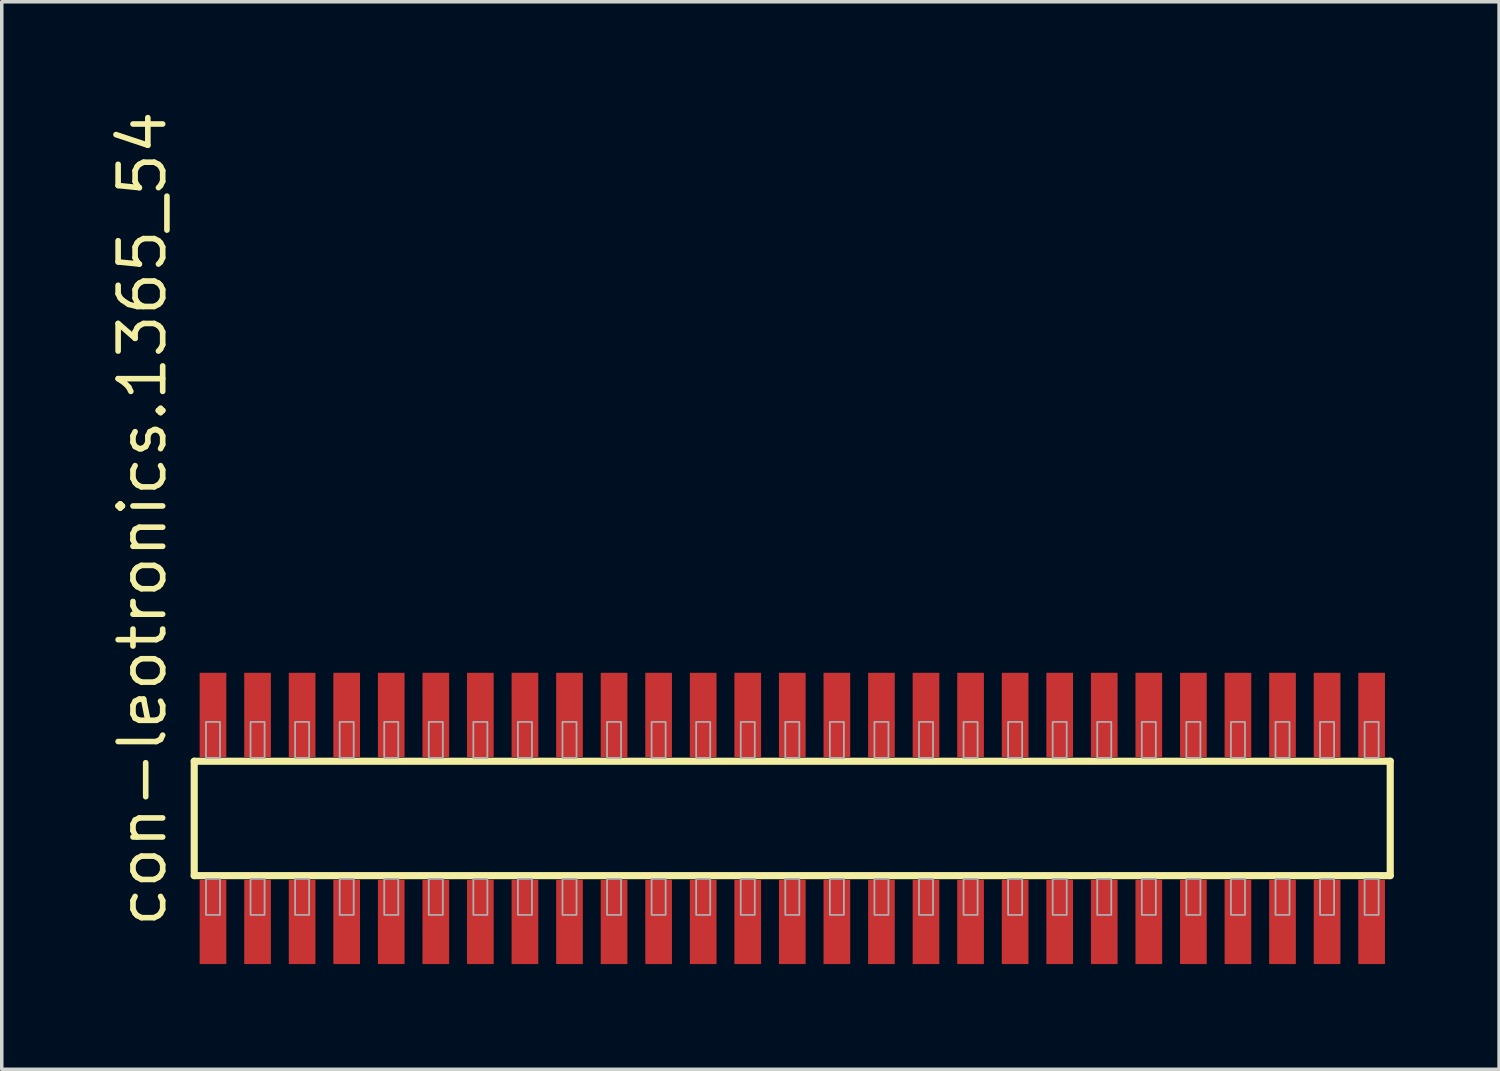
<source format=kicad_pcb>
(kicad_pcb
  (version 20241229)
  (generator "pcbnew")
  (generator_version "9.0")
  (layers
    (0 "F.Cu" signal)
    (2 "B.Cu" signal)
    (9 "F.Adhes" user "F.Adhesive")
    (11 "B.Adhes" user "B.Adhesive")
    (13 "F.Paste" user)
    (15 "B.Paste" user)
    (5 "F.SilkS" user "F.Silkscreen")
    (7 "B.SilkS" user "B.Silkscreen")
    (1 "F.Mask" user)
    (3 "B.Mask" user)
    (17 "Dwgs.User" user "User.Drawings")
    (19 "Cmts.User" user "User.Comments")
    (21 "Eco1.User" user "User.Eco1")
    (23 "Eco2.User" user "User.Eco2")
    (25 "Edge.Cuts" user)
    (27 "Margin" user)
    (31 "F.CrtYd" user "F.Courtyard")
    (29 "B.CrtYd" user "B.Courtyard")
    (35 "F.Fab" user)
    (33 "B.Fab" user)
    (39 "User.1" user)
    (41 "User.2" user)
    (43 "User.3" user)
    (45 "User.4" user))
  (footprint "con-leotronics.1365_54"
    (layer "F.Cu")
    (at 19.53 20.274)
    (property "Reference" "con-leotronics.1365_54" (at -17.78 3.175 90) (layer "F.SilkS") (effects (font (size 1.27 1.27) (thickness 0.16)) (justify left bottom)))
    (attr smd)
    (fp_line (start -17.045 -1.63) (end 17.04 -1.63) (stroke (width 0.203) (type default)) (layer "F.SilkS"))
    (fp_line (start -17.045 1.63) (end -17.045 -1.63) (stroke (width 0.203) (type default)) (layer "F.SilkS"))
    (fp_line (start 17.04 -1.63) (end 17.04 1.63) (stroke (width 0.203) (type default)) (layer "F.SilkS"))
    (fp_line (start 17.04 1.63) (end -17.045 1.63) (stroke (width 0.203) (type default)) (layer "F.SilkS"))
    (fp_rect (start -16.71 -1.725) (end -16.31 -2.75) (stroke (width 0.05) (type default)) (fill no) (layer "F.Fab"))
    (fp_rect (start -16.71 2.75) (end -16.31 1.725) (stroke (width 0.05) (type default)) (fill no) (layer "F.Fab"))
    (fp_rect (start -15.44 -1.725) (end -15.04 -2.75) (stroke (width 0.05) (type default)) (fill no) (layer "F.Fab"))
    (fp_rect (start -15.44 2.75) (end -15.04 1.725) (stroke (width 0.05) (type default)) (fill no) (layer "F.Fab"))
    (fp_rect (start -14.17 -1.725) (end -13.77 -2.75) (stroke (width 0.05) (type default)) (fill no) (layer "F.Fab"))
    (fp_rect (start -14.17 2.75) (end -13.77 1.725) (stroke (width 0.05) (type default)) (fill no) (layer "F.Fab"))
    (fp_rect (start -12.9 -1.725) (end -12.5 -2.75) (stroke (width 0.05) (type default)) (fill no) (layer "F.Fab"))
    (fp_rect (start -12.9 2.75) (end -12.5 1.725) (stroke (width 0.05) (type default)) (fill no) (layer "F.Fab"))
    (fp_rect (start -11.63 -1.725) (end -11.23 -2.75) (stroke (width 0.05) (type default)) (fill no) (layer "F.Fab"))
    (fp_rect (start -11.63 2.75) (end -11.23 1.725) (stroke (width 0.05) (type default)) (fill no) (layer "F.Fab"))
    (fp_rect (start -10.36 -1.725) (end -9.96 -2.75) (stroke (width 0.05) (type default)) (fill no) (layer "F.Fab"))
    (fp_rect (start -10.36 2.75) (end -9.96 1.725) (stroke (width 0.05) (type default)) (fill no) (layer "F.Fab"))
    (fp_rect (start -9.09 -1.725) (end -8.69 -2.75) (stroke (width 0.05) (type default)) (fill no) (layer "F.Fab"))
    (fp_rect (start -9.09 2.75) (end -8.69 1.725) (stroke (width 0.05) (type default)) (fill no) (layer "F.Fab"))
    (fp_rect (start -7.82 -1.725) (end -7.42 -2.75) (stroke (width 0.05) (type default)) (fill no) (layer "F.Fab"))
    (fp_rect (start -7.82 2.75) (end -7.42 1.725) (stroke (width 0.05) (type default)) (fill no) (layer "F.Fab"))
    (fp_rect (start -6.55 -1.725) (end -6.15 -2.75) (stroke (width 0.05) (type default)) (fill no) (layer "F.Fab"))
    (fp_rect (start -6.55 2.75) (end -6.15 1.725) (stroke (width 0.05) (type default)) (fill no) (layer "F.Fab"))
    (fp_rect (start -5.28 -1.725) (end -4.88 -2.75) (stroke (width 0.05) (type default)) (fill no) (layer "F.Fab"))
    (fp_rect (start -5.28 2.75) (end -4.88 1.725) (stroke (width 0.05) (type default)) (fill no) (layer "F.Fab"))
    (fp_rect (start -4.01 -1.725) (end -3.61 -2.75) (stroke (width 0.05) (type default)) (fill no) (layer "F.Fab"))
    (fp_rect (start -4.01 2.75) (end -3.61 1.725) (stroke (width 0.05) (type default)) (fill no) (layer "F.Fab"))
    (fp_rect (start -2.74 -1.725) (end -2.34 -2.75) (stroke (width 0.05) (type default)) (fill no) (layer "F.Fab"))
    (fp_rect (start -2.74 2.75) (end -2.34 1.725) (stroke (width 0.05) (type default)) (fill no) (layer "F.Fab"))
    (fp_rect (start -1.47 -1.725) (end -1.07 -2.75) (stroke (width 0.05) (type default)) (fill no) (layer "F.Fab"))
    (fp_rect (start -1.47 2.75) (end -1.07 1.725) (stroke (width 0.05) (type default)) (fill no) (layer "F.Fab"))
    (fp_rect (start -0.2 -1.725) (end 0.2 -2.75) (stroke (width 0.05) (type default)) (fill no) (layer "F.Fab"))
    (fp_rect (start -0.2 2.75) (end 0.2 1.725) (stroke (width 0.05) (type default)) (fill no) (layer "F.Fab"))
    (fp_rect (start 1.07 -1.725) (end 1.47 -2.75) (stroke (width 0.05) (type default)) (fill no) (layer "F.Fab"))
    (fp_rect (start 1.07 2.75) (end 1.47 1.725) (stroke (width 0.05) (type default)) (fill no) (layer "F.Fab"))
    (fp_rect (start 2.34 -1.725) (end 2.74 -2.75) (stroke (width 0.05) (type default)) (fill no) (layer "F.Fab"))
    (fp_rect (start 2.34 2.75) (end 2.74 1.725) (stroke (width 0.05) (type default)) (fill no) (layer "F.Fab"))
    (fp_rect (start 3.61 -1.725) (end 4.01 -2.75) (stroke (width 0.05) (type default)) (fill no) (layer "F.Fab"))
    (fp_rect (start 3.61 2.75) (end 4.01 1.725) (stroke (width 0.05) (type default)) (fill no) (layer "F.Fab"))
    (fp_rect (start 4.88 -1.725) (end 5.28 -2.75) (stroke (width 0.05) (type default)) (fill no) (layer "F.Fab"))
    (fp_rect (start 4.88 2.75) (end 5.28 1.725) (stroke (width 0.05) (type default)) (fill no) (layer "F.Fab"))
    (fp_rect (start 6.15 -1.725) (end 6.55 -2.75) (stroke (width 0.05) (type default)) (fill no) (layer "F.Fab"))
    (fp_rect (start 6.15 2.75) (end 6.55 1.725) (stroke (width 0.05) (type default)) (fill no) (layer "F.Fab"))
    (fp_rect (start 7.42 -1.725) (end 7.82 -2.75) (stroke (width 0.05) (type default)) (fill no) (layer "F.Fab"))
    (fp_rect (start 7.42 2.75) (end 7.82 1.725) (stroke (width 0.05) (type default)) (fill no) (layer "F.Fab"))
    (fp_rect (start 8.69 -1.725) (end 9.09 -2.75) (stroke (width 0.05) (type default)) (fill no) (layer "F.Fab"))
    (fp_rect (start 8.69 2.75) (end 9.09 1.725) (stroke (width 0.05) (type default)) (fill no) (layer "F.Fab"))
    (fp_rect (start 9.96 -1.725) (end 10.36 -2.75) (stroke (width 0.05) (type default)) (fill no) (layer "F.Fab"))
    (fp_rect (start 9.96 2.75) (end 10.36 1.725) (stroke (width 0.05) (type default)) (fill no) (layer "F.Fab"))
    (fp_rect (start 11.23 -1.725) (end 11.63 -2.75) (stroke (width 0.05) (type default)) (fill no) (layer "F.Fab"))
    (fp_rect (start 11.23 2.75) (end 11.63 1.725) (stroke (width 0.05) (type default)) (fill no) (layer "F.Fab"))
    (fp_rect (start 12.5 -1.725) (end 12.9 -2.75) (stroke (width 0.05) (type default)) (fill no) (layer "F.Fab"))
    (fp_rect (start 12.5 2.75) (end 12.9 1.725) (stroke (width 0.05) (type default)) (fill no) (layer "F.Fab"))
    (fp_rect (start 13.77 -1.725) (end 14.17 -2.75) (stroke (width 0.05) (type default)) (fill no) (layer "F.Fab"))
    (fp_rect (start 13.77 2.75) (end 14.17 1.725) (stroke (width 0.05) (type default)) (fill no) (layer "F.Fab"))
    (fp_rect (start 15.04 -1.725) (end 15.44 -2.75) (stroke (width 0.05) (type default)) (fill no) (layer "F.Fab"))
    (fp_rect (start 15.04 2.75) (end 15.44 1.725) (stroke (width 0.05) (type default)) (fill no) (layer "F.Fab"))
    (fp_rect (start 16.31 -1.725) (end 16.71 -2.75) (stroke (width 0.05) (type default)) (fill no) (layer "F.Fab"))
    (fp_rect (start 16.31 2.75) (end 16.71 1.725) (stroke (width 0.05) (type default)) (fill no) (layer "F.Fab"))
    (pad "1" smd roundrect (at -16.51 2.95) (size 0.76 2.4) (layers "F.Cu" "F.Mask" "F.Paste") (roundrect_rratio 0.01))
    (pad "2" smd roundrect (at -16.51 -2.95) (size 0.76 2.4) (layers "F.Cu" "F.Mask" "F.Paste") (roundrect_rratio 0.01))
    (pad "3" smd roundrect (at -15.24 2.95) (size 0.76 2.4) (layers "F.Cu" "F.Mask" "F.Paste") (roundrect_rratio 0.01))
    (pad "4" smd roundrect (at -15.24 -2.95) (size 0.76 2.4) (layers "F.Cu" "F.Mask" "F.Paste") (roundrect_rratio 0.01))
    (pad "5" smd roundrect (at -13.97 2.95) (size 0.76 2.4) (layers "F.Cu" "F.Mask" "F.Paste") (roundrect_rratio 0.01))
    (pad "6" smd roundrect (at -13.97 -2.95) (size 0.76 2.4) (layers "F.Cu" "F.Mask" "F.Paste") (roundrect_rratio 0.01))
    (pad "7" smd roundrect (at -12.7 2.95) (size 0.76 2.4) (layers "F.Cu" "F.Mask" "F.Paste") (roundrect_rratio 0.01))
    (pad "8" smd roundrect (at -12.7 -2.95) (size 0.76 2.4) (layers "F.Cu" "F.Mask" "F.Paste") (roundrect_rratio 0.01))
    (pad "9" smd roundrect (at -11.43 2.95) (size 0.76 2.4) (layers "F.Cu" "F.Mask" "F.Paste") (roundrect_rratio 0.01))
    (pad "10" smd roundrect (at -11.43 -2.95) (size 0.76 2.4) (layers "F.Cu" "F.Mask" "F.Paste") (roundrect_rratio 0.01))
    (pad "11" smd roundrect (at -10.16 2.95) (size 0.76 2.4) (layers "F.Cu" "F.Mask" "F.Paste") (roundrect_rratio 0.01))
    (pad "12" smd roundrect (at -10.16 -2.95) (size 0.76 2.4) (layers "F.Cu" "F.Mask" "F.Paste") (roundrect_rratio 0.01))
    (pad "13" smd roundrect (at -8.89 2.95) (size 0.76 2.4) (layers "F.Cu" "F.Mask" "F.Paste") (roundrect_rratio 0.01))
    (pad "14" smd roundrect (at -8.89 -2.95) (size 0.76 2.4) (layers "F.Cu" "F.Mask" "F.Paste") (roundrect_rratio 0.01))
    (pad "15" smd roundrect (at -7.62 2.95) (size 0.76 2.4) (layers "F.Cu" "F.Mask" "F.Paste") (roundrect_rratio 0.01))
    (pad "16" smd roundrect (at -7.62 -2.95) (size 0.76 2.4) (layers "F.Cu" "F.Mask" "F.Paste") (roundrect_rratio 0.01))
    (pad "17" smd roundrect (at -6.35 2.95) (size 0.76 2.4) (layers "F.Cu" "F.Mask" "F.Paste") (roundrect_rratio 0.01))
    (pad "18" smd roundrect (at -6.35 -2.95) (size 0.76 2.4) (layers "F.Cu" "F.Mask" "F.Paste") (roundrect_rratio 0.01))
    (pad "19" smd roundrect (at -5.08 2.95) (size 0.76 2.4) (layers "F.Cu" "F.Mask" "F.Paste") (roundrect_rratio 0.01))
    (pad "20" smd roundrect (at -5.08 -2.95) (size 0.76 2.4) (layers "F.Cu" "F.Mask" "F.Paste") (roundrect_rratio 0.01))
    (pad "21" smd roundrect (at -3.81 2.95) (size 0.76 2.4) (layers "F.Cu" "F.Mask" "F.Paste") (roundrect_rratio 0.01))
    (pad "22" smd roundrect (at -3.81 -2.95) (size 0.76 2.4) (layers "F.Cu" "F.Mask" "F.Paste") (roundrect_rratio 0.01))
    (pad "23" smd roundrect (at -2.54 2.95) (size 0.76 2.4) (layers "F.Cu" "F.Mask" "F.Paste") (roundrect_rratio 0.01))
    (pad "24" smd roundrect (at -2.54 -2.95) (size 0.76 2.4) (layers "F.Cu" "F.Mask" "F.Paste") (roundrect_rratio 0.01))
    (pad "25" smd roundrect (at -1.27 2.95) (size 0.76 2.4) (layers "F.Cu" "F.Mask" "F.Paste") (roundrect_rratio 0.01))
    (pad "26" smd roundrect (at -1.27 -2.95) (size 0.76 2.4) (layers "F.Cu" "F.Mask" "F.Paste") (roundrect_rratio 0.01))
    (pad "27" smd roundrect (at 0 2.95) (size 0.76 2.4) (layers "F.Cu" "F.Mask" "F.Paste") (roundrect_rratio 0.01))
    (pad "28" smd roundrect (at 0 -2.95) (size 0.76 2.4) (layers "F.Cu" "F.Mask" "F.Paste") (roundrect_rratio 0.01))
    (pad "29" smd roundrect (at 1.27 2.95) (size 0.76 2.4) (layers "F.Cu" "F.Mask" "F.Paste") (roundrect_rratio 0.01))
    (pad "30" smd roundrect (at 1.27 -2.95) (size 0.76 2.4) (layers "F.Cu" "F.Mask" "F.Paste") (roundrect_rratio 0.01))
    (pad "31" smd roundrect (at 2.54 2.95) (size 0.76 2.4) (layers "F.Cu" "F.Mask" "F.Paste") (roundrect_rratio 0.01))
    (pad "32" smd roundrect (at 2.54 -2.95) (size 0.76 2.4) (layers "F.Cu" "F.Mask" "F.Paste") (roundrect_rratio 0.01))
    (pad "33" smd roundrect (at 3.81 2.95) (size 0.76 2.4) (layers "F.Cu" "F.Mask" "F.Paste") (roundrect_rratio 0.01))
    (pad "34" smd roundrect (at 3.81 -2.95) (size 0.76 2.4) (layers "F.Cu" "F.Mask" "F.Paste") (roundrect_rratio 0.01))
    (pad "35" smd roundrect (at 5.08 2.95) (size 0.76 2.4) (layers "F.Cu" "F.Mask" "F.Paste") (roundrect_rratio 0.01))
    (pad "36" smd roundrect (at 5.08 -2.95) (size 0.76 2.4) (layers "F.Cu" "F.Mask" "F.Paste") (roundrect_rratio 0.01))
    (pad "37" smd roundrect (at 6.35 2.95) (size 0.76 2.4) (layers "F.Cu" "F.Mask" "F.Paste") (roundrect_rratio 0.01))
    (pad "38" smd roundrect (at 6.35 -2.95) (size 0.76 2.4) (layers "F.Cu" "F.Mask" "F.Paste") (roundrect_rratio 0.01))
    (pad "39" smd roundrect (at 7.62 2.95) (size 0.76 2.4) (layers "F.Cu" "F.Mask" "F.Paste") (roundrect_rratio 0.01))
    (pad "40" smd roundrect (at 7.62 -2.95) (size 0.76 2.4) (layers "F.Cu" "F.Mask" "F.Paste") (roundrect_rratio 0.01))
    (pad "41" smd roundrect (at 8.89 2.95) (size 0.76 2.4) (layers "F.Cu" "F.Mask" "F.Paste") (roundrect_rratio 0.01))
    (pad "42" smd roundrect (at 8.89 -2.95) (size 0.76 2.4) (layers "F.Cu" "F.Mask" "F.Paste") (roundrect_rratio 0.01))
    (pad "43" smd roundrect (at 10.16 2.95) (size 0.76 2.4) (layers "F.Cu" "F.Mask" "F.Paste") (roundrect_rratio 0.01))
    (pad "44" smd roundrect (at 10.16 -2.95) (size 0.76 2.4) (layers "F.Cu" "F.Mask" "F.Paste") (roundrect_rratio 0.01))
    (pad "45" smd roundrect (at 11.43 2.95) (size 0.76 2.4) (layers "F.Cu" "F.Mask" "F.Paste") (roundrect_rratio 0.01))
    (pad "46" smd roundrect (at 11.43 -2.95) (size 0.76 2.4) (layers "F.Cu" "F.Mask" "F.Paste") (roundrect_rratio 0.01))
    (pad "47" smd roundrect (at 12.7 2.95) (size 0.76 2.4) (layers "F.Cu" "F.Mask" "F.Paste") (roundrect_rratio 0.01))
    (pad "48" smd roundrect (at 12.7 -2.95) (size 0.76 2.4) (layers "F.Cu" "F.Mask" "F.Paste") (roundrect_rratio 0.01))
    (pad "49" smd roundrect (at 13.97 2.95) (size 0.76 2.4) (layers "F.Cu" "F.Mask" "F.Paste") (roundrect_rratio 0.01))
    (pad "50" smd roundrect (at 13.97 -2.95) (size 0.76 2.4) (layers "F.Cu" "F.Mask" "F.Paste") (roundrect_rratio 0.01))
    (pad "51" smd roundrect (at 15.24 2.95) (size 0.76 2.4) (layers "F.Cu" "F.Mask" "F.Paste") (roundrect_rratio 0.01))
    (pad "52" smd roundrect (at 15.24 -2.95) (size 0.76 2.4) (layers "F.Cu" "F.Mask" "F.Paste") (roundrect_rratio 0.01))
    (pad "53" smd roundrect (at 16.51 2.95) (size 0.76 2.4) (layers "F.Cu" "F.Mask" "F.Paste") (roundrect_rratio 0.01))
    (pad "54" smd roundrect (at 16.51 -2.95) (size 0.76 2.4) (layers "F.Cu" "F.Mask" "F.Paste") (roundrect_rratio 0.01)))
  (gr_rect
    (start -3 -3)
    (end 39.672 27.424)
    (stroke (width 0.1) (type default))
    (fill no)
    (layer "Edge.Cuts")))
</source>
